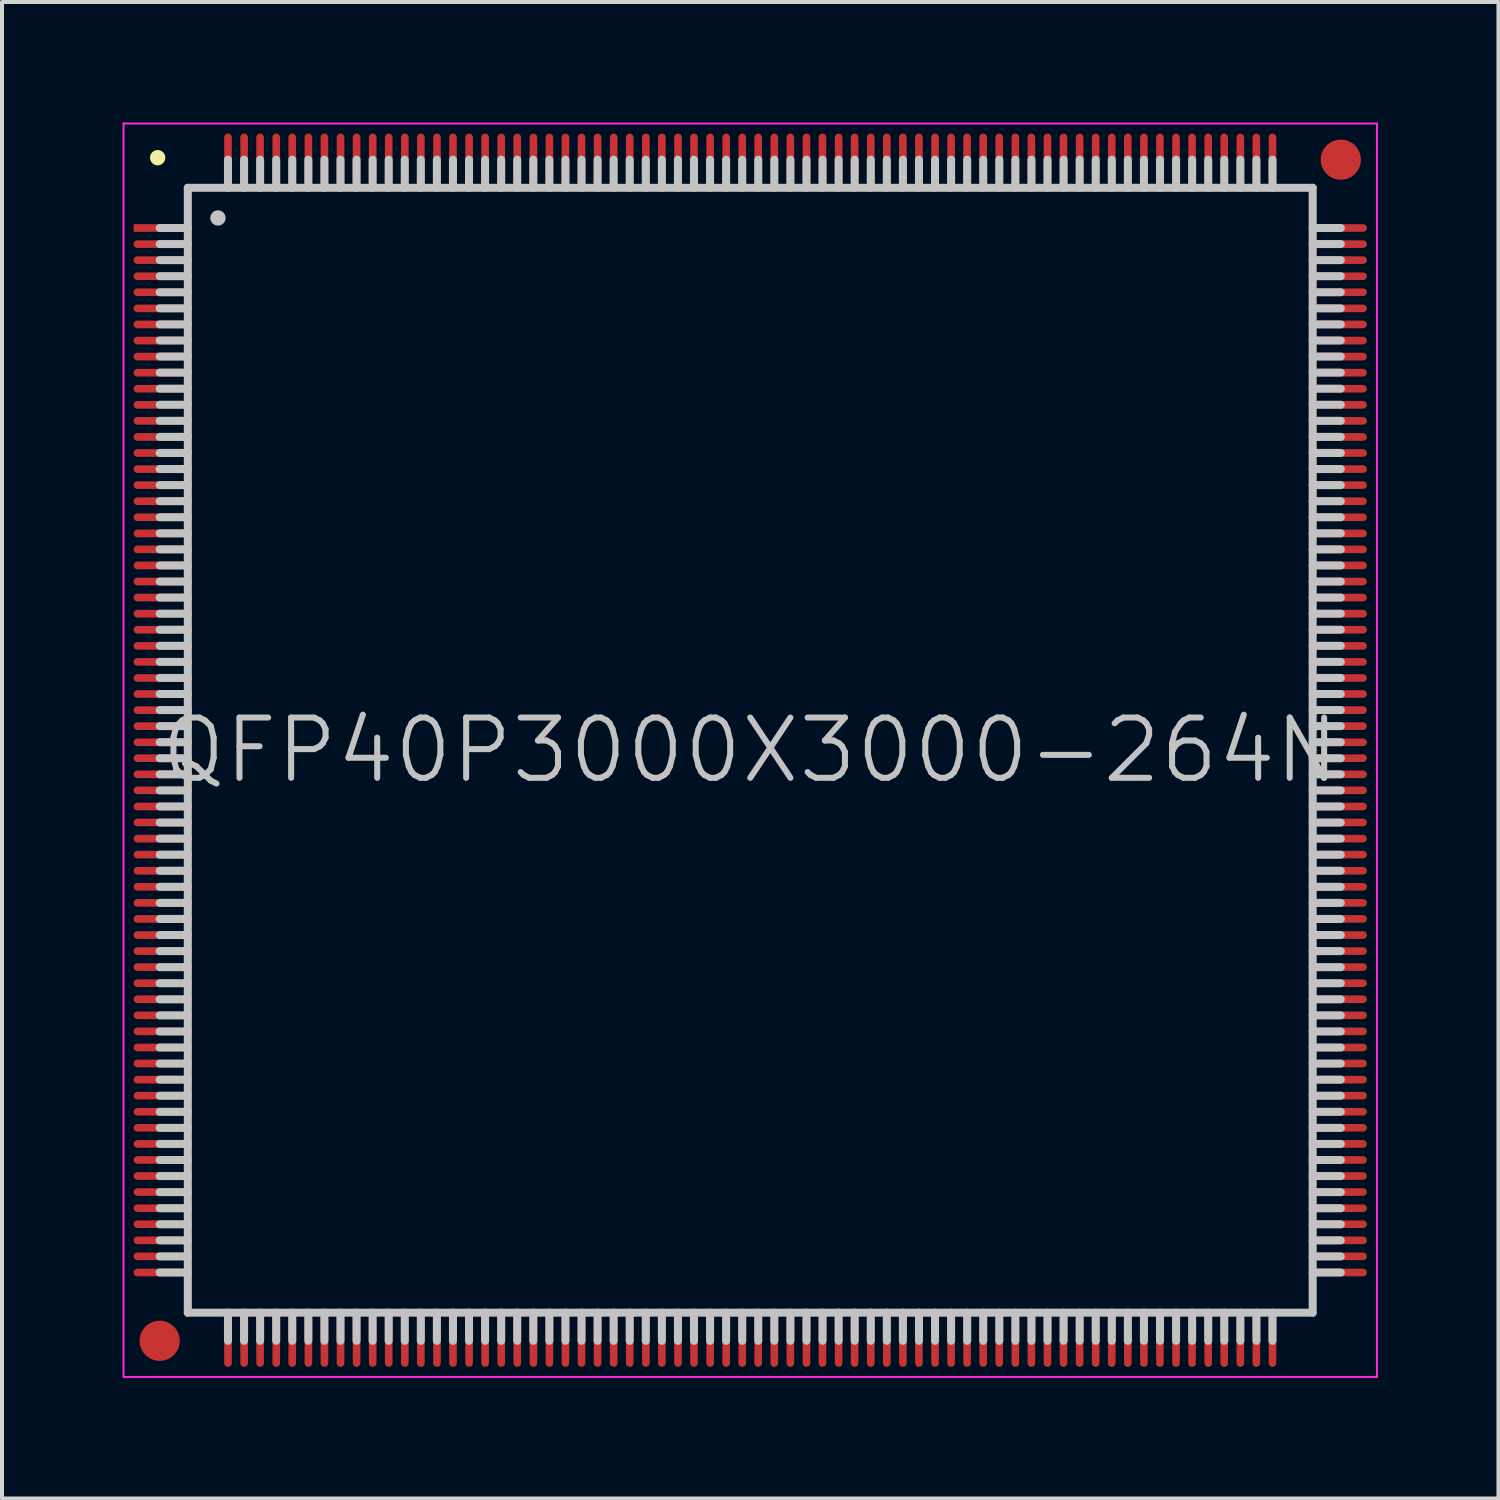
<source format=kicad_pcb>
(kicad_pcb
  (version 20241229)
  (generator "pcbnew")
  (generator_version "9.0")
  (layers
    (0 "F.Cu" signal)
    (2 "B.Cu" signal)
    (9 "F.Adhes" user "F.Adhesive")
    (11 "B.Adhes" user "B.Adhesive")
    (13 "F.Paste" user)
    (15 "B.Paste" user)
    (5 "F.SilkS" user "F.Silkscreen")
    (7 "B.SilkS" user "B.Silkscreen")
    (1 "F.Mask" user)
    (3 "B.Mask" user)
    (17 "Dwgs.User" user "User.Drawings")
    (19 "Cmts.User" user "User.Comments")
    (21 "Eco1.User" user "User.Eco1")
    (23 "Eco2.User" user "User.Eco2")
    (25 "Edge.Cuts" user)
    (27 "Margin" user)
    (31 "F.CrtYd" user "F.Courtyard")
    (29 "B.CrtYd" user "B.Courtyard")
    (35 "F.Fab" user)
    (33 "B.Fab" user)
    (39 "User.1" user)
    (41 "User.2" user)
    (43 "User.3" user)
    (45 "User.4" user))
  (footprint "QFP40P3000X3000-264N"
    (layer "F.Cu")
    (at 15.625 15.625)
    (property "Reference" "QFP40P3000X3000-264N" (at 0 0 0) (layer "Dwgs.User") (effects (font (size 1.5 1.5) (thickness 0.15))))
    (attr smd)
    (fp_line (start -14.75 -14.75) (end -14.75 -14.75) (stroke (width 0.381) (type solid)) (layer "F.SilkS"))
    (fp_line (start -14 -14) (end -14 14) (stroke (width 0.2) (type solid)) (layer "Dwgs.User"))
    (fp_line (start -14 -14) (end 14 -14) (stroke (width 0.2) (type solid)) (layer "Dwgs.User"))
    (fp_line (start -14 -13) (end -14.7 -13) (stroke (width 0.2) (type solid)) (layer "Dwgs.User"))
    (fp_line (start -14 -12.6) (end -14.7 -12.6) (stroke (width 0.2) (type solid)) (layer "Dwgs.User"))
    (fp_line (start -14 -12.2) (end -14.7 -12.2) (stroke (width 0.2) (type solid)) (layer "Dwgs.User"))
    (fp_line (start -14 -11.8) (end -14.7 -11.8) (stroke (width 0.2) (type solid)) (layer "Dwgs.User"))
    (fp_line (start -14 -11.4) (end -14.7 -11.4) (stroke (width 0.2) (type solid)) (layer "Dwgs.User"))
    (fp_line (start -14 -11) (end -14.7 -11) (stroke (width 0.2) (type solid)) (layer "Dwgs.User"))
    (fp_line (start -14 -10.6) (end -14.7 -10.6) (stroke (width 0.2) (type solid)) (layer "Dwgs.User"))
    (fp_line (start -14 -10.2) (end -14.7 -10.2) (stroke (width 0.2) (type solid)) (layer "Dwgs.User"))
    (fp_line (start -14 -9.8) (end -14.7 -9.8) (stroke (width 0.2) (type solid)) (layer "Dwgs.User"))
    (fp_line (start -14 -9.4) (end -14.7 -9.4) (stroke (width 0.2) (type solid)) (layer "Dwgs.User"))
    (fp_line (start -14 -9) (end -14.7 -9) (stroke (width 0.2) (type solid)) (layer "Dwgs.User"))
    (fp_line (start -14 -8.6) (end -14.7 -8.6) (stroke (width 0.2) (type solid)) (layer "Dwgs.User"))
    (fp_line (start -14 -8.2) (end -14.7 -8.2) (stroke (width 0.2) (type solid)) (layer "Dwgs.User"))
    (fp_line (start -14 -7.8) (end -14.7 -7.8) (stroke (width 0.2) (type solid)) (layer "Dwgs.User"))
    (fp_line (start -14 -7.4) (end -14.7 -7.4) (stroke (width 0.2) (type solid)) (layer "Dwgs.User"))
    (fp_line (start -14 -7) (end -14.7 -7) (stroke (width 0.2) (type solid)) (layer "Dwgs.User"))
    (fp_line (start -14 -6.6) (end -14.7 -6.6) (stroke (width 0.2) (type solid)) (layer "Dwgs.User"))
    (fp_line (start -14 -6.2) (end -14.7 -6.2) (stroke (width 0.2) (type solid)) (layer "Dwgs.User"))
    (fp_line (start -14 -5.8) (end -14.7 -5.8) (stroke (width 0.2) (type solid)) (layer "Dwgs.User"))
    (fp_line (start -14 -5.4) (end -14.7 -5.4) (stroke (width 0.2) (type solid)) (layer "Dwgs.User"))
    (fp_line (start -14 -5) (end -14.7 -5) (stroke (width 0.2) (type solid)) (layer "Dwgs.User"))
    (fp_line (start -14 -4.6) (end -14.7 -4.6) (stroke (width 0.2) (type solid)) (layer "Dwgs.User"))
    (fp_line (start -14 -4.2) (end -14.7 -4.2) (stroke (width 0.2) (type solid)) (layer "Dwgs.User"))
    (fp_line (start -14 -3.8) (end -14.7 -3.8) (stroke (width 0.2) (type solid)) (layer "Dwgs.User"))
    (fp_line (start -14 -3.4) (end -14.7 -3.4) (stroke (width 0.2) (type solid)) (layer "Dwgs.User"))
    (fp_line (start -14 -3) (end -14.7 -3) (stroke (width 0.2) (type solid)) (layer "Dwgs.User"))
    (fp_line (start -14 -2.6) (end -14.7 -2.6) (stroke (width 0.2) (type solid)) (layer "Dwgs.User"))
    (fp_line (start -14 -2.2) (end -14.7 -2.2) (stroke (width 0.2) (type solid)) (layer "Dwgs.User"))
    (fp_line (start -14 -1.8) (end -14.7 -1.8) (stroke (width 0.2) (type solid)) (layer "Dwgs.User"))
    (fp_line (start -14 -1.4) (end -14.7 -1.4) (stroke (width 0.2) (type solid)) (layer "Dwgs.User"))
    (fp_line (start -14 -1) (end -14.7 -1) (stroke (width 0.2) (type solid)) (layer "Dwgs.User"))
    (fp_line (start -14 -0.6) (end -14.7 -0.6) (stroke (width 0.2) (type solid)) (layer "Dwgs.User"))
    (fp_line (start -14 -0.2) (end -14.7 -0.2) (stroke (width 0.2) (type solid)) (layer "Dwgs.User"))
    (fp_line (start -14 0.2) (end -14.7 0.2) (stroke (width 0.2) (type solid)) (layer "Dwgs.User"))
    (fp_line (start -14 0.6) (end -14.7 0.6) (stroke (width 0.2) (type solid)) (layer "Dwgs.User"))
    (fp_line (start -14 1) (end -14.7 1) (stroke (width 0.2) (type solid)) (layer "Dwgs.User"))
    (fp_line (start -14 1.4) (end -14.7 1.4) (stroke (width 0.2) (type solid)) (layer "Dwgs.User"))
    (fp_line (start -14 1.8) (end -14.7 1.8) (stroke (width 0.2) (type solid)) (layer "Dwgs.User"))
    (fp_line (start -14 2.2) (end -14.7 2.2) (stroke (width 0.2) (type solid)) (layer "Dwgs.User"))
    (fp_line (start -14 2.6) (end -14.7 2.6) (stroke (width 0.2) (type solid)) (layer "Dwgs.User"))
    (fp_line (start -14 3) (end -14.7 3) (stroke (width 0.2) (type solid)) (layer "Dwgs.User"))
    (fp_line (start -14 3.4) (end -14.7 3.4) (stroke (width 0.2) (type solid)) (layer "Dwgs.User"))
    (fp_line (start -14 3.8) (end -14.7 3.8) (stroke (width 0.2) (type solid)) (layer "Dwgs.User"))
    (fp_line (start -14 4.2) (end -14.7 4.2) (stroke (width 0.2) (type solid)) (layer "Dwgs.User"))
    (fp_line (start -14 4.6) (end -14.7 4.6) (stroke (width 0.2) (type solid)) (layer "Dwgs.User"))
    (fp_line (start -14 5) (end -14.7 5) (stroke (width 0.2) (type solid)) (layer "Dwgs.User"))
    (fp_line (start -14 5.4) (end -14.7 5.4) (stroke (width 0.2) (type solid)) (layer "Dwgs.User"))
    (fp_line (start -14 5.8) (end -14.7 5.8) (stroke (width 0.2) (type solid)) (layer "Dwgs.User"))
    (fp_line (start -14 6.2) (end -14.7 6.2) (stroke (width 0.2) (type solid)) (layer "Dwgs.User"))
    (fp_line (start -14 6.6) (end -14.7 6.6) (stroke (width 0.2) (type solid)) (layer "Dwgs.User"))
    (fp_line (start -14 7) (end -14.7 7) (stroke (width 0.2) (type solid)) (layer "Dwgs.User"))
    (fp_line (start -14 7.4) (end -14.7 7.4) (stroke (width 0.2) (type solid)) (layer "Dwgs.User"))
    (fp_line (start -14 7.8) (end -14.7 7.8) (stroke (width 0.2) (type solid)) (layer "Dwgs.User"))
    (fp_line (start -14 8.2) (end -14.7 8.2) (stroke (width 0.2) (type solid)) (layer "Dwgs.User"))
    (fp_line (start -14 8.6) (end -14.7 8.6) (stroke (width 0.2) (type solid)) (layer "Dwgs.User"))
    (fp_line (start -14 9) (end -14.7 9) (stroke (width 0.2) (type solid)) (layer "Dwgs.User"))
    (fp_line (start -14 9.4) (end -14.7 9.4) (stroke (width 0.2) (type solid)) (layer "Dwgs.User"))
    (fp_line (start -14 9.8) (end -14.7 9.8) (stroke (width 0.2) (type solid)) (layer "Dwgs.User"))
    (fp_line (start -14 10.2) (end -14.7 10.2) (stroke (width 0.2) (type solid)) (layer "Dwgs.User"))
    (fp_line (start -14 10.6) (end -14.7 10.6) (stroke (width 0.2) (type solid)) (layer "Dwgs.User"))
    (fp_line (start -14 11) (end -14.7 11) (stroke (width 0.2) (type solid)) (layer "Dwgs.User"))
    (fp_line (start -14 11.4) (end -14.7 11.4) (stroke (width 0.2) (type solid)) (layer "Dwgs.User"))
    (fp_line (start -14 11.8) (end -14.7 11.8) (stroke (width 0.2) (type solid)) (layer "Dwgs.User"))
    (fp_line (start -14 12.2) (end -14.7 12.2) (stroke (width 0.2) (type solid)) (layer "Dwgs.User"))
    (fp_line (start -14 12.6) (end -14.7 12.6) (stroke (width 0.2) (type solid)) (layer "Dwgs.User"))
    (fp_line (start -14 13) (end -14.7 13) (stroke (width 0.2) (type solid)) (layer "Dwgs.User"))
    (fp_line (start -14 14) (end 14 14) (stroke (width 0.2) (type solid)) (layer "Dwgs.User"))
    (fp_line (start -13.25 -13.25) (end -13.25 -13.25) (stroke (width 0.381) (type solid)) (layer "Dwgs.User"))
    (fp_line (start -13 -14) (end -13 -14.7) (stroke (width 0.2) (type solid)) (layer "Dwgs.User"))
    (fp_line (start -13 14.7) (end -13 14) (stroke (width 0.2) (type solid)) (layer "Dwgs.User"))
    (fp_line (start -12.6 -14) (end -12.6 -14.7) (stroke (width 0.2) (type solid)) (layer "Dwgs.User"))
    (fp_line (start -12.6 14.7) (end -12.6 14) (stroke (width 0.2) (type solid)) (layer "Dwgs.User"))
    (fp_line (start -12.2 -14) (end -12.2 -14.7) (stroke (width 0.2) (type solid)) (layer "Dwgs.User"))
    (fp_line (start -12.2 14.7) (end -12.2 14) (stroke (width 0.2) (type solid)) (layer "Dwgs.User"))
    (fp_line (start -11.8 -14) (end -11.8 -14.7) (stroke (width 0.2) (type solid)) (layer "Dwgs.User"))
    (fp_line (start -11.8 14.7) (end -11.8 14) (stroke (width 0.2) (type solid)) (layer "Dwgs.User"))
    (fp_line (start -11.4 -14) (end -11.4 -14.7) (stroke (width 0.2) (type solid)) (layer "Dwgs.User"))
    (fp_line (start -11.4 14.7) (end -11.4 14) (stroke (width 0.2) (type solid)) (layer "Dwgs.User"))
    (fp_line (start -11 -14) (end -11 -14.7) (stroke (width 0.2) (type solid)) (layer "Dwgs.User"))
    (fp_line (start -11 14.7) (end -11 14) (stroke (width 0.2) (type solid)) (layer "Dwgs.User"))
    (fp_line (start -10.6 -14) (end -10.6 -14.7) (stroke (width 0.2) (type solid)) (layer "Dwgs.User"))
    (fp_line (start -10.6 14.7) (end -10.6 14) (stroke (width 0.2) (type solid)) (layer "Dwgs.User"))
    (fp_line (start -10.2 -14) (end -10.2 -14.7) (stroke (width 0.2) (type solid)) (layer "Dwgs.User"))
    (fp_line (start -10.2 14.7) (end -10.2 14) (stroke (width 0.2) (type solid)) (layer "Dwgs.User"))
    (fp_line (start -9.8 -14) (end -9.8 -14.7) (stroke (width 0.2) (type solid)) (layer "Dwgs.User"))
    (fp_line (start -9.8 14.7) (end -9.8 14) (stroke (width 0.2) (type solid)) (layer "Dwgs.User"))
    (fp_line (start -9.4 -14) (end -9.4 -14.7) (stroke (width 0.2) (type solid)) (layer "Dwgs.User"))
    (fp_line (start -9.4 14.7) (end -9.4 14) (stroke (width 0.2) (type solid)) (layer "Dwgs.User"))
    (fp_line (start -9 -14) (end -9 -14.7) (stroke (width 0.2) (type solid)) (layer "Dwgs.User"))
    (fp_line (start -9 14.7) (end -9 14) (stroke (width 0.2) (type solid)) (layer "Dwgs.User"))
    (fp_line (start -8.6 -14) (end -8.6 -14.7) (stroke (width 0.2) (type solid)) (layer "Dwgs.User"))
    (fp_line (start -8.6 14.7) (end -8.6 14) (stroke (width 0.2) (type solid)) (layer "Dwgs.User"))
    (fp_line (start -8.2 -14) (end -8.2 -14.7) (stroke (width 0.2) (type solid)) (layer "Dwgs.User"))
    (fp_line (start -8.2 14.7) (end -8.2 14) (stroke (width 0.2) (type solid)) (layer "Dwgs.User"))
    (fp_line (start -7.8 -14) (end -7.8 -14.7) (stroke (width 0.2) (type solid)) (layer "Dwgs.User"))
    (fp_line (start -7.8 14.7) (end -7.8 14) (stroke (width 0.2) (type solid)) (layer "Dwgs.User"))
    (fp_line (start -7.4 -14) (end -7.4 -14.7) (stroke (width 0.2) (type solid)) (layer "Dwgs.User"))
    (fp_line (start -7.4 14.7) (end -7.4 14) (stroke (width 0.2) (type solid)) (layer "Dwgs.User"))
    (fp_line (start -7 -14) (end -7 -14.7) (stroke (width 0.2) (type solid)) (layer "Dwgs.User"))
    (fp_line (start -7 14.7) (end -7 14) (stroke (width 0.2) (type solid)) (layer "Dwgs.User"))
    (fp_line (start -6.6 -14) (end -6.6 -14.7) (stroke (width 0.2) (type solid)) (layer "Dwgs.User"))
    (fp_line (start -6.6 14.7) (end -6.6 14) (stroke (width 0.2) (type solid)) (layer "Dwgs.User"))
    (fp_line (start -6.2 -14) (end -6.2 -14.7) (stroke (width 0.2) (type solid)) (layer "Dwgs.User"))
    (fp_line (start -6.2 14.7) (end -6.2 14) (stroke (width 0.2) (type solid)) (layer "Dwgs.User"))
    (fp_line (start -5.8 -14) (end -5.8 -14.7) (stroke (width 0.2) (type solid)) (layer "Dwgs.User"))
    (fp_line (start -5.8 14.7) (end -5.8 14) (stroke (width 0.2) (type solid)) (layer "Dwgs.User"))
    (fp_line (start -5.4 -14) (end -5.4 -14.7) (stroke (width 0.2) (type solid)) (layer "Dwgs.User"))
    (fp_line (start -5.4 14.7) (end -5.4 14) (stroke (width 0.2) (type solid)) (layer "Dwgs.User"))
    (fp_line (start -5 -14) (end -5 -14.7) (stroke (width 0.2) (type solid)) (layer "Dwgs.User"))
    (fp_line (start -5 14.7) (end -5 14) (stroke (width 0.2) (type solid)) (layer "Dwgs.User"))
    (fp_line (start -4.6 -14) (end -4.6 -14.7) (stroke (width 0.2) (type solid)) (layer "Dwgs.User"))
    (fp_line (start -4.6 14.7) (end -4.6 14) (stroke (width 0.2) (type solid)) (layer "Dwgs.User"))
    (fp_line (start -4.2 -14) (end -4.2 -14.7) (stroke (width 0.2) (type solid)) (layer "Dwgs.User"))
    (fp_line (start -4.2 14.7) (end -4.2 14) (stroke (width 0.2) (type solid)) (layer "Dwgs.User"))
    (fp_line (start -3.8 -14) (end -3.8 -14.7) (stroke (width 0.2) (type solid)) (layer "Dwgs.User"))
    (fp_line (start -3.8 14.7) (end -3.8 14) (stroke (width 0.2) (type solid)) (layer "Dwgs.User"))
    (fp_line (start -3.4 -14) (end -3.4 -14.7) (stroke (width 0.2) (type solid)) (layer "Dwgs.User"))
    (fp_line (start -3.4 14.7) (end -3.4 14) (stroke (width 0.2) (type solid)) (layer "Dwgs.User"))
    (fp_line (start -3 -14) (end -3 -14.7) (stroke (width 0.2) (type solid)) (layer "Dwgs.User"))
    (fp_line (start -3 14.7) (end -3 14) (stroke (width 0.2) (type solid)) (layer "Dwgs.User"))
    (fp_line (start -2.6 -14) (end -2.6 -14.7) (stroke (width 0.2) (type solid)) (layer "Dwgs.User"))
    (fp_line (start -2.6 14.7) (end -2.6 14) (stroke (width 0.2) (type solid)) (layer "Dwgs.User"))
    (fp_line (start -2.2 -14) (end -2.2 -14.7) (stroke (width 0.2) (type solid)) (layer "Dwgs.User"))
    (fp_line (start -2.2 14.7) (end -2.2 14) (stroke (width 0.2) (type solid)) (layer "Dwgs.User"))
    (fp_line (start -1.8 -14) (end -1.8 -14.7) (stroke (width 0.2) (type solid)) (layer "Dwgs.User"))
    (fp_line (start -1.8 14.7) (end -1.8 14) (stroke (width 0.2) (type solid)) (layer "Dwgs.User"))
    (fp_line (start -1.4 -14) (end -1.4 -14.7) (stroke (width 0.2) (type solid)) (layer "Dwgs.User"))
    (fp_line (start -1.4 14.7) (end -1.4 14) (stroke (width 0.2) (type solid)) (layer "Dwgs.User"))
    (fp_line (start -1 -14) (end -1 -14.7) (stroke (width 0.2) (type solid)) (layer "Dwgs.User"))
    (fp_line (start -1 14.7) (end -1 14) (stroke (width 0.2) (type solid)) (layer "Dwgs.User"))
    (fp_line (start -0.6 -14) (end -0.6 -14.7) (stroke (width 0.2) (type solid)) (layer "Dwgs.User"))
    (fp_line (start -0.6 14.7) (end -0.6 14) (stroke (width 0.2) (type solid)) (layer "Dwgs.User"))
    (fp_line (start -0.2 -14) (end -0.2 -14.7) (stroke (width 0.2) (type solid)) (layer "Dwgs.User"))
    (fp_line (start -0.2 14.7) (end -0.2 14) (stroke (width 0.2) (type solid)) (layer "Dwgs.User"))
    (fp_line (start 0.2 -14) (end 0.2 -14.7) (stroke (width 0.2) (type solid)) (layer "Dwgs.User"))
    (fp_line (start 0.2 14.7) (end 0.2 14) (stroke (width 0.2) (type solid)) (layer "Dwgs.User"))
    (fp_line (start 0.6 -14) (end 0.6 -14.7) (stroke (width 0.2) (type solid)) (layer "Dwgs.User"))
    (fp_line (start 0.6 14.7) (end 0.6 14) (stroke (width 0.2) (type solid)) (layer "Dwgs.User"))
    (fp_line (start 1 -14) (end 1 -14.7) (stroke (width 0.2) (type solid)) (layer "Dwgs.User"))
    (fp_line (start 1 14.7) (end 1 14) (stroke (width 0.2) (type solid)) (layer "Dwgs.User"))
    (fp_line (start 1.4 -14) (end 1.4 -14.7) (stroke (width 0.2) (type solid)) (layer "Dwgs.User"))
    (fp_line (start 1.4 14.7) (end 1.4 14) (stroke (width 0.2) (type solid)) (layer "Dwgs.User"))
    (fp_line (start 1.8 -14) (end 1.8 -14.7) (stroke (width 0.2) (type solid)) (layer "Dwgs.User"))
    (fp_line (start 1.8 14.7) (end 1.8 14) (stroke (width 0.2) (type solid)) (layer "Dwgs.User"))
    (fp_line (start 2.2 -14) (end 2.2 -14.7) (stroke (width 0.2) (type solid)) (layer "Dwgs.User"))
    (fp_line (start 2.2 14.7) (end 2.2 14) (stroke (width 0.2) (type solid)) (layer "Dwgs.User"))
    (fp_line (start 2.6 -14) (end 2.6 -14.7) (stroke (width 0.2) (type solid)) (layer "Dwgs.User"))
    (fp_line (start 2.6 14.7) (end 2.6 14) (stroke (width 0.2) (type solid)) (layer "Dwgs.User"))
    (fp_line (start 3 -14) (end 3 -14.7) (stroke (width 0.2) (type solid)) (layer "Dwgs.User"))
    (fp_line (start 3 14.7) (end 3 14) (stroke (width 0.2) (type solid)) (layer "Dwgs.User"))
    (fp_line (start 3.4 -14) (end 3.4 -14.7) (stroke (width 0.2) (type solid)) (layer "Dwgs.User"))
    (fp_line (start 3.4 14.7) (end 3.4 14) (stroke (width 0.2) (type solid)) (layer "Dwgs.User"))
    (fp_line (start 3.8 -14) (end 3.8 -14.7) (stroke (width 0.2) (type solid)) (layer "Dwgs.User"))
    (fp_line (start 3.8 14.7) (end 3.8 14) (stroke (width 0.2) (type solid)) (layer "Dwgs.User"))
    (fp_line (start 4.2 -14) (end 4.2 -14.7) (stroke (width 0.2) (type solid)) (layer "Dwgs.User"))
    (fp_line (start 4.2 14.7) (end 4.2 14) (stroke (width 0.2) (type solid)) (layer "Dwgs.User"))
    (fp_line (start 4.6 -14) (end 4.6 -14.7) (stroke (width 0.2) (type solid)) (layer "Dwgs.User"))
    (fp_line (start 4.6 14.7) (end 4.6 14) (stroke (width 0.2) (type solid)) (layer "Dwgs.User"))
    (fp_line (start 5 -14) (end 5 -14.7) (stroke (width 0.2) (type solid)) (layer "Dwgs.User"))
    (fp_line (start 5 14.7) (end 5 14) (stroke (width 0.2) (type solid)) (layer "Dwgs.User"))
    (fp_line (start 5.4 -14) (end 5.4 -14.7) (stroke (width 0.2) (type solid)) (layer "Dwgs.User"))
    (fp_line (start 5.4 14.7) (end 5.4 14) (stroke (width 0.2) (type solid)) (layer "Dwgs.User"))
    (fp_line (start 5.8 -14) (end 5.8 -14.7) (stroke (width 0.2) (type solid)) (layer "Dwgs.User"))
    (fp_line (start 5.8 14.7) (end 5.8 14) (stroke (width 0.2) (type solid)) (layer "Dwgs.User"))
    (fp_line (start 6.2 -14) (end 6.2 -14.7) (stroke (width 0.2) (type solid)) (layer "Dwgs.User"))
    (fp_line (start 6.2 14.7) (end 6.2 14) (stroke (width 0.2) (type solid)) (layer "Dwgs.User"))
    (fp_line (start 6.6 -14) (end 6.6 -14.7) (stroke (width 0.2) (type solid)) (layer "Dwgs.User"))
    (fp_line (start 6.6 14.7) (end 6.6 14) (stroke (width 0.2) (type solid)) (layer "Dwgs.User"))
    (fp_line (start 7 -14) (end 7 -14.7) (stroke (width 0.2) (type solid)) (layer "Dwgs.User"))
    (fp_line (start 7 14.7) (end 7 14) (stroke (width 0.2) (type solid)) (layer "Dwgs.User"))
    (fp_line (start 7.4 -14) (end 7.4 -14.7) (stroke (width 0.2) (type solid)) (layer "Dwgs.User"))
    (fp_line (start 7.4 14.7) (end 7.4 14) (stroke (width 0.2) (type solid)) (layer "Dwgs.User"))
    (fp_line (start 7.8 -14) (end 7.8 -14.7) (stroke (width 0.2) (type solid)) (layer "Dwgs.User"))
    (fp_line (start 7.8 14.7) (end 7.8 14) (stroke (width 0.2) (type solid)) (layer "Dwgs.User"))
    (fp_line (start 8.2 -14) (end 8.2 -14.7) (stroke (width 0.2) (type solid)) (layer "Dwgs.User"))
    (fp_line (start 8.2 14.7) (end 8.2 14) (stroke (width 0.2) (type solid)) (layer "Dwgs.User"))
    (fp_line (start 8.6 -14) (end 8.6 -14.7) (stroke (width 0.2) (type solid)) (layer "Dwgs.User"))
    (fp_line (start 8.6 14.7) (end 8.6 14) (stroke (width 0.2) (type solid)) (layer "Dwgs.User"))
    (fp_line (start 9 -14) (end 9 -14.7) (stroke (width 0.2) (type solid)) (layer "Dwgs.User"))
    (fp_line (start 9 14.7) (end 9 14) (stroke (width 0.2) (type solid)) (layer "Dwgs.User"))
    (fp_line (start 9.4 -14) (end 9.4 -14.7) (stroke (width 0.2) (type solid)) (layer "Dwgs.User"))
    (fp_line (start 9.4 14.7) (end 9.4 14) (stroke (width 0.2) (type solid)) (layer "Dwgs.User"))
    (fp_line (start 9.8 -14) (end 9.8 -14.7) (stroke (width 0.2) (type solid)) (layer "Dwgs.User"))
    (fp_line (start 9.8 14.7) (end 9.8 14) (stroke (width 0.2) (type solid)) (layer "Dwgs.User"))
    (fp_line (start 10.2 -14) (end 10.2 -14.7) (stroke (width 0.2) (type solid)) (layer "Dwgs.User"))
    (fp_line (start 10.2 14.7) (end 10.2 14) (stroke (width 0.2) (type solid)) (layer "Dwgs.User"))
    (fp_line (start 10.6 -14) (end 10.6 -14.7) (stroke (width 0.2) (type solid)) (layer "Dwgs.User"))
    (fp_line (start 10.6 14.7) (end 10.6 14) (stroke (width 0.2) (type solid)) (layer "Dwgs.User"))
    (fp_line (start 11 -14) (end 11 -14.7) (stroke (width 0.2) (type solid)) (layer "Dwgs.User"))
    (fp_line (start 11 14.7) (end 11 14) (stroke (width 0.2) (type solid)) (layer "Dwgs.User"))
    (fp_line (start 11.4 -14) (end 11.4 -14.7) (stroke (width 0.2) (type solid)) (layer "Dwgs.User"))
    (fp_line (start 11.4 14.7) (end 11.4 14) (stroke (width 0.2) (type solid)) (layer "Dwgs.User"))
    (fp_line (start 11.8 -14) (end 11.8 -14.7) (stroke (width 0.2) (type solid)) (layer "Dwgs.User"))
    (fp_line (start 11.8 14.7) (end 11.8 14) (stroke (width 0.2) (type solid)) (layer "Dwgs.User"))
    (fp_line (start 12.2 -14) (end 12.2 -14.7) (stroke (width 0.2) (type solid)) (layer "Dwgs.User"))
    (fp_line (start 12.2 14.7) (end 12.2 14) (stroke (width 0.2) (type solid)) (layer "Dwgs.User"))
    (fp_line (start 12.6 -14) (end 12.6 -14.7) (stroke (width 0.2) (type solid)) (layer "Dwgs.User"))
    (fp_line (start 12.6 14.7) (end 12.6 14) (stroke (width 0.2) (type solid)) (layer "Dwgs.User"))
    (fp_line (start 13 -14) (end 13 -14.7) (stroke (width 0.2) (type solid)) (layer "Dwgs.User"))
    (fp_line (start 13 14.7) (end 13 14) (stroke (width 0.2) (type solid)) (layer "Dwgs.User"))
    (fp_line (start 14 -14) (end 14 14) (stroke (width 0.2) (type solid)) (layer "Dwgs.User"))
    (fp_line (start 14.7 -13) (end 14 -13) (stroke (width 0.2) (type solid)) (layer "Dwgs.User"))
    (fp_line (start 14.7 -12.6) (end 14 -12.6) (stroke (width 0.2) (type solid)) (layer "Dwgs.User"))
    (fp_line (start 14.7 -12.2) (end 14 -12.2) (stroke (width 0.2) (type solid)) (layer "Dwgs.User"))
    (fp_line (start 14.7 -11.8) (end 14 -11.8) (stroke (width 0.2) (type solid)) (layer "Dwgs.User"))
    (fp_line (start 14.7 -11.4) (end 14 -11.4) (stroke (width 0.2) (type solid)) (layer "Dwgs.User"))
    (fp_line (start 14.7 -11) (end 14 -11) (stroke (width 0.2) (type solid)) (layer "Dwgs.User"))
    (fp_line (start 14.7 -10.6) (end 14 -10.6) (stroke (width 0.2) (type solid)) (layer "Dwgs.User"))
    (fp_line (start 14.7 -10.2) (end 14 -10.2) (stroke (width 0.2) (type solid)) (layer "Dwgs.User"))
    (fp_line (start 14.7 -9.8) (end 14 -9.8) (stroke (width 0.2) (type solid)) (layer "Dwgs.User"))
    (fp_line (start 14.7 -9.4) (end 14 -9.4) (stroke (width 0.2) (type solid)) (layer "Dwgs.User"))
    (fp_line (start 14.7 -9) (end 14 -9) (stroke (width 0.2) (type solid)) (layer "Dwgs.User"))
    (fp_line (start 14.7 -8.6) (end 14 -8.6) (stroke (width 0.2) (type solid)) (layer "Dwgs.User"))
    (fp_line (start 14.7 -8.2) (end 14 -8.2) (stroke (width 0.2) (type solid)) (layer "Dwgs.User"))
    (fp_line (start 14.7 -7.8) (end 14 -7.8) (stroke (width 0.2) (type solid)) (layer "Dwgs.User"))
    (fp_line (start 14.7 -7.4) (end 14 -7.4) (stroke (width 0.2) (type solid)) (layer "Dwgs.User"))
    (fp_line (start 14.7 -7) (end 14 -7) (stroke (width 0.2) (type solid)) (layer "Dwgs.User"))
    (fp_line (start 14.7 -6.6) (end 14 -6.6) (stroke (width 0.2) (type solid)) (layer "Dwgs.User"))
    (fp_line (start 14.7 -6.2) (end 14 -6.2) (stroke (width 0.2) (type solid)) (layer "Dwgs.User"))
    (fp_line (start 14.7 -5.8) (end 14 -5.8) (stroke (width 0.2) (type solid)) (layer "Dwgs.User"))
    (fp_line (start 14.7 -5.4) (end 14 -5.4) (stroke (width 0.2) (type solid)) (layer "Dwgs.User"))
    (fp_line (start 14.7 -5) (end 14 -5) (stroke (width 0.2) (type solid)) (layer "Dwgs.User"))
    (fp_line (start 14.7 -4.6) (end 14 -4.6) (stroke (width 0.2) (type solid)) (layer "Dwgs.User"))
    (fp_line (start 14.7 -4.2) (end 14 -4.2) (stroke (width 0.2) (type solid)) (layer "Dwgs.User"))
    (fp_line (start 14.7 -3.8) (end 14 -3.8) (stroke (width 0.2) (type solid)) (layer "Dwgs.User"))
    (fp_line (start 14.7 -3.4) (end 14 -3.4) (stroke (width 0.2) (type solid)) (layer "Dwgs.User"))
    (fp_line (start 14.7 -3) (end 14 -3) (stroke (width 0.2) (type solid)) (layer "Dwgs.User"))
    (fp_line (start 14.7 -2.6) (end 14 -2.6) (stroke (width 0.2) (type solid)) (layer "Dwgs.User"))
    (fp_line (start 14.7 -2.2) (end 14 -2.2) (stroke (width 0.2) (type solid)) (layer "Dwgs.User"))
    (fp_line (start 14.7 -1.8) (end 14 -1.8) (stroke (width 0.2) (type solid)) (layer "Dwgs.User"))
    (fp_line (start 14.7 -1.4) (end 14 -1.4) (stroke (width 0.2) (type solid)) (layer "Dwgs.User"))
    (fp_line (start 14.7 -1) (end 14 -1) (stroke (width 0.2) (type solid)) (layer "Dwgs.User"))
    (fp_line (start 14.7 -0.6) (end 14 -0.6) (stroke (width 0.2) (type solid)) (layer "Dwgs.User"))
    (fp_line (start 14.7 -0.2) (end 14 -0.2) (stroke (width 0.2) (type solid)) (layer "Dwgs.User"))
    (fp_line (start 14.7 0.2) (end 14 0.2) (stroke (width 0.2) (type solid)) (layer "Dwgs.User"))
    (fp_line (start 14.7 0.6) (end 14 0.6) (stroke (width 0.2) (type solid)) (layer "Dwgs.User"))
    (fp_line (start 14.7 1) (end 14 1) (stroke (width 0.2) (type solid)) (layer "Dwgs.User"))
    (fp_line (start 14.7 1.4) (end 14 1.4) (stroke (width 0.2) (type solid)) (layer "Dwgs.User"))
    (fp_line (start 14.7 1.8) (end 14 1.8) (stroke (width 0.2) (type solid)) (layer "Dwgs.User"))
    (fp_line (start 14.7 2.2) (end 14 2.2) (stroke (width 0.2) (type solid)) (layer "Dwgs.User"))
    (fp_line (start 14.7 2.6) (end 14 2.6) (stroke (width 0.2) (type solid)) (layer "Dwgs.User"))
    (fp_line (start 14.7 3) (end 14 3) (stroke (width 0.2) (type solid)) (layer "Dwgs.User"))
    (fp_line (start 14.7 3.4) (end 14 3.4) (stroke (width 0.2) (type solid)) (layer "Dwgs.User"))
    (fp_line (start 14.7 3.8) (end 14 3.8) (stroke (width 0.2) (type solid)) (layer "Dwgs.User"))
    (fp_line (start 14.7 4.2) (end 14 4.2) (stroke (width 0.2) (type solid)) (layer "Dwgs.User"))
    (fp_line (start 14.7 4.6) (end 14 4.6) (stroke (width 0.2) (type solid)) (layer "Dwgs.User"))
    (fp_line (start 14.7 5) (end 14 5) (stroke (width 0.2) (type solid)) (layer "Dwgs.User"))
    (fp_line (start 14.7 5.4) (end 14 5.4) (stroke (width 0.2) (type solid)) (layer "Dwgs.User"))
    (fp_line (start 14.7 5.8) (end 14 5.8) (stroke (width 0.2) (type solid)) (layer "Dwgs.User"))
    (fp_line (start 14.7 6.2) (end 14 6.2) (stroke (width 0.2) (type solid)) (layer "Dwgs.User"))
    (fp_line (start 14.7 6.6) (end 14 6.6) (stroke (width 0.2) (type solid)) (layer "Dwgs.User"))
    (fp_line (start 14.7 7) (end 14 7) (stroke (width 0.2) (type solid)) (layer "Dwgs.User"))
    (fp_line (start 14.7 7.4) (end 14 7.4) (stroke (width 0.2) (type solid)) (layer "Dwgs.User"))
    (fp_line (start 14.7 7.8) (end 14 7.8) (stroke (width 0.2) (type solid)) (layer "Dwgs.User"))
    (fp_line (start 14.7 8.2) (end 14 8.2) (stroke (width 0.2) (type solid)) (layer "Dwgs.User"))
    (fp_line (start 14.7 8.6) (end 14 8.6) (stroke (width 0.2) (type solid)) (layer "Dwgs.User"))
    (fp_line (start 14.7 9) (end 14 9) (stroke (width 0.2) (type solid)) (layer "Dwgs.User"))
    (fp_line (start 14.7 9.4) (end 14 9.4) (stroke (width 0.2) (type solid)) (layer "Dwgs.User"))
    (fp_line (start 14.7 9.8) (end 14 9.8) (stroke (width 0.2) (type solid)) (layer "Dwgs.User"))
    (fp_line (start 14.7 10.2) (end 14 10.2) (stroke (width 0.2) (type solid)) (layer "Dwgs.User"))
    (fp_line (start 14.7 10.6) (end 14 10.6) (stroke (width 0.2) (type solid)) (layer "Dwgs.User"))
    (fp_line (start 14.7 11) (end 14 11) (stroke (width 0.2) (type solid)) (layer "Dwgs.User"))
    (fp_line (start 14.7 11.4) (end 14 11.4) (stroke (width 0.2) (type solid)) (layer "Dwgs.User"))
    (fp_line (start 14.7 11.8) (end 14 11.8) (stroke (width 0.2) (type solid)) (layer "Dwgs.User"))
    (fp_line (start 14.7 12.2) (end 14 12.2) (stroke (width 0.2) (type solid)) (layer "Dwgs.User"))
    (fp_line (start 14.7 12.6) (end 14 12.6) (stroke (width 0.2) (type solid)) (layer "Dwgs.User"))
    (fp_line (start 14.7 13) (end 14 13) (stroke (width 0.2) (type solid)) (layer "Dwgs.User"))
    (fp_line (start -15.6 -15.6) (end -15.6 15.6) (stroke (width 0.05) (type solid)) (layer "F.CrtYd"))
    (fp_line (start -15.6 -15.6) (end 15.6 -15.6) (stroke (width 0.05) (type solid)) (layer "F.CrtYd"))
    (fp_line (start -15.6 15.6) (end 15.6 15.6) (stroke (width 0.05) (type solid)) (layer "F.CrtYd"))
    (fp_line (start 15.6 -15.6) (end 15.6 15.6) (stroke (width 0.05) (type solid)) (layer "F.CrtYd"))
    (pad "" smd circle (at -14.7 14.7) (size 1 1) (layers "F.Cu" "F.Mask"))
    (pad "" smd circle (at 14.7 -14.7) (size 1 1) (layers "F.Cu" "F.Mask"))
    (pad "1" smd rect (at -14.699 -13 90) (size 0.19 1.3) (layers "F.Cu" "F.Mask" "F.Paste"))
    (pad "2" smd oval (at -14.699 -12.598 90) (size 0.19 1.3) (layers "F.Cu" "F.Mask" "F.Paste"))
    (pad "3" smd oval (at -14.699 -12.2 90) (size 0.19 1.3) (layers "F.Cu" "F.Mask" "F.Paste"))
    (pad "4" smd oval (at -14.699 -11.798 90) (size 0.19 1.3) (layers "F.Cu" "F.Mask" "F.Paste"))
    (pad "5" smd oval (at -14.699 -11.4 90) (size 0.19 1.3) (layers "F.Cu" "F.Mask" "F.Paste"))
    (pad "6" smd oval (at -14.699 -10.998 90) (size 0.19 1.3) (layers "F.Cu" "F.Mask" "F.Paste"))
    (pad "7" smd oval (at -14.699 -10.599 90) (size 0.19 1.3) (layers "F.Cu" "F.Mask" "F.Paste"))
    (pad "8" smd oval (at -14.699 -10.198 90) (size 0.19 1.3) (layers "F.Cu" "F.Mask" "F.Paste"))
    (pad "9" smd oval (at -14.699 -9.799 90) (size 0.19 1.3) (layers "F.Cu" "F.Mask" "F.Paste"))
    (pad "10" smd oval (at -14.699 -9.398 90) (size 0.19 1.3) (layers "F.Cu" "F.Mask" "F.Paste"))
    (pad "11" smd oval (at -14.699 -8.999 90) (size 0.19 1.3) (layers "F.Cu" "F.Mask" "F.Paste"))
    (pad "12" smd oval (at -14.699 -8.598 90) (size 0.19 1.3) (layers "F.Cu" "F.Mask" "F.Paste"))
    (pad "13" smd oval (at -14.699 -8.199 90) (size 0.19 1.3) (layers "F.Cu" "F.Mask" "F.Paste"))
    (pad "14" smd oval (at -14.699 -7.798 90) (size 0.19 1.3) (layers "F.Cu" "F.Mask" "F.Paste"))
    (pad "15" smd oval (at -14.699 -7.399 90) (size 0.19 1.3) (layers "F.Cu" "F.Mask" "F.Paste"))
    (pad "16" smd oval (at -14.699 -6.998 90) (size 0.19 1.3) (layers "F.Cu" "F.Mask" "F.Paste"))
    (pad "17" smd oval (at -14.699 -6.599 90) (size 0.19 1.3) (layers "F.Cu" "F.Mask" "F.Paste"))
    (pad "18" smd oval (at -14.699 -6.198 90) (size 0.19 1.3) (layers "F.Cu" "F.Mask" "F.Paste"))
    (pad "19" smd oval (at -14.699 -5.799 90) (size 0.19 1.3) (layers "F.Cu" "F.Mask" "F.Paste"))
    (pad "20" smd oval (at -14.699 -5.397 90) (size 0.19 1.3) (layers "F.Cu" "F.Mask" "F.Paste"))
    (pad "21" smd oval (at -14.699 -4.999 90) (size 0.19 1.3) (layers "F.Cu" "F.Mask" "F.Paste"))
    (pad "22" smd oval (at -14.699 -4.6 90) (size 0.19 1.3) (layers "F.Cu" "F.Mask" "F.Paste"))
    (pad "23" smd oval (at -14.699 -4.199 90) (size 0.19 1.3) (layers "F.Cu" "F.Mask" "F.Paste"))
    (pad "24" smd oval (at -14.699 -3.8 90) (size 0.19 1.3) (layers "F.Cu" "F.Mask" "F.Paste"))
    (pad "25" smd oval (at -14.699 -3.399 90) (size 0.19 1.3) (layers "F.Cu" "F.Mask" "F.Paste"))
    (pad "26" smd oval (at -14.699 -3 90) (size 0.19 1.3) (layers "F.Cu" "F.Mask" "F.Paste"))
    (pad "27" smd oval (at -14.699 -2.598 90) (size 0.19 1.3) (layers "F.Cu" "F.Mask" "F.Paste"))
    (pad "28" smd oval (at -14.699 -2.2 90) (size 0.19 1.3) (layers "F.Cu" "F.Mask" "F.Paste"))
    (pad "29" smd oval (at -14.699 -1.798 90) (size 0.19 1.3) (layers "F.Cu" "F.Mask" "F.Paste"))
    (pad "30" smd oval (at -14.699 -1.4 90) (size 0.19 1.3) (layers "F.Cu" "F.Mask" "F.Paste"))
    (pad "31" smd oval (at -14.699 -0.998 90) (size 0.19 1.3) (layers "F.Cu" "F.Mask" "F.Paste"))
    (pad "32" smd oval (at -14.699 -0.599 90) (size 0.19 1.3) (layers "F.Cu" "F.Mask" "F.Paste"))
    (pad "33" smd oval (at -14.699 -0.198 90) (size 0.19 1.3) (layers "F.Cu" "F.Mask" "F.Paste"))
    (pad "34" smd oval (at -14.699 0.198 90) (size 0.19 1.3) (layers "F.Cu" "F.Mask" "F.Paste"))
    (pad "35" smd oval (at -14.699 0.599 90) (size 0.19 1.3) (layers "F.Cu" "F.Mask" "F.Paste"))
    (pad "36" smd oval (at -14.699 0.998 90) (size 0.19 1.3) (layers "F.Cu" "F.Mask" "F.Paste"))
    (pad "37" smd oval (at -14.699 1.4 90) (size 0.19 1.3) (layers "F.Cu" "F.Mask" "F.Paste"))
    (pad "38" smd oval (at -14.699 1.798 90) (size 0.19 1.3) (layers "F.Cu" "F.Mask" "F.Paste"))
    (pad "39" smd oval (at -14.699 2.2 90) (size 0.19 1.3) (layers "F.Cu" "F.Mask" "F.Paste"))
    (pad "40" smd oval (at -14.699 2.598 90) (size 0.19 1.3) (layers "F.Cu" "F.Mask" "F.Paste"))
    (pad "41" smd oval (at -14.699 3 90) (size 0.19 1.3) (layers "F.Cu" "F.Mask" "F.Paste"))
    (pad "42" smd oval (at -14.699 3.399 90) (size 0.19 1.3) (layers "F.Cu" "F.Mask" "F.Paste"))
    (pad "43" smd oval (at -14.699 3.8 90) (size 0.19 1.3) (layers "F.Cu" "F.Mask" "F.Paste"))
    (pad "44" smd oval (at -14.699 4.199 90) (size 0.19 1.3) (layers "F.Cu" "F.Mask" "F.Paste"))
    (pad "45" smd oval (at -14.699 4.6 90) (size 0.19 1.3) (layers "F.Cu" "F.Mask" "F.Paste"))
    (pad "46" smd oval (at -14.699 4.999 90) (size 0.19 1.3) (layers "F.Cu" "F.Mask" "F.Paste"))
    (pad "47" smd oval (at -14.699 5.397 90) (size 0.19 1.3) (layers "F.Cu" "F.Mask" "F.Paste"))
    (pad "48" smd oval (at -14.699 5.799 90) (size 0.19 1.3) (layers "F.Cu" "F.Mask" "F.Paste"))
    (pad "49" smd oval (at -14.699 6.198 90) (size 0.19 1.3) (layers "F.Cu" "F.Mask" "F.Paste"))
    (pad "50" smd oval (at -14.699 6.599 90) (size 0.19 1.3) (layers "F.Cu" "F.Mask" "F.Paste"))
    (pad "51" smd oval (at -14.699 6.998 90) (size 0.19 1.3) (layers "F.Cu" "F.Mask" "F.Paste"))
    (pad "52" smd oval (at -14.699 7.399 90) (size 0.19 1.3) (layers "F.Cu" "F.Mask" "F.Paste"))
    (pad "53" smd oval (at -14.699 7.798 90) (size 0.19 1.3) (layers "F.Cu" "F.Mask" "F.Paste"))
    (pad "54" smd oval (at -14.699 8.199 90) (size 0.19 1.3) (layers "F.Cu" "F.Mask" "F.Paste"))
    (pad "55" smd oval (at -14.699 8.598 90) (size 0.19 1.3) (layers "F.Cu" "F.Mask" "F.Paste"))
    (pad "56" smd oval (at -14.699 8.999 90) (size 0.19 1.3) (layers "F.Cu" "F.Mask" "F.Paste"))
    (pad "57" smd oval (at -14.699 9.398 90) (size 0.19 1.3) (layers "F.Cu" "F.Mask" "F.Paste"))
    (pad "58" smd oval (at -14.699 9.799 90) (size 0.19 1.3) (layers "F.Cu" "F.Mask" "F.Paste"))
    (pad "59" smd oval (at -14.699 10.198 90) (size 0.19 1.3) (layers "F.Cu" "F.Mask" "F.Paste"))
    (pad "60" smd oval (at -14.699 10.599 90) (size 0.19 1.3) (layers "F.Cu" "F.Mask" "F.Paste"))
    (pad "61" smd oval (at -14.699 10.998 90) (size 0.19 1.3) (layers "F.Cu" "F.Mask" "F.Paste"))
    (pad "62" smd oval (at -14.699 11.4 90) (size 0.19 1.3) (layers "F.Cu" "F.Mask" "F.Paste"))
    (pad "63" smd oval (at -14.699 11.798 90) (size 0.19 1.3) (layers "F.Cu" "F.Mask" "F.Paste"))
    (pad "64" smd oval (at -14.699 12.2 90) (size 0.19 1.3) (layers "F.Cu" "F.Mask" "F.Paste"))
    (pad "65" smd oval (at -14.699 12.598 90) (size 0.19 1.3) (layers "F.Cu" "F.Mask" "F.Paste"))
    (pad "66" smd oval (at -14.699 13 90) (size 0.19 1.3) (layers "F.Cu" "F.Mask" "F.Paste"))
    (pad "67" smd oval (at -13 14.699 180) (size 0.19 1.3) (layers "F.Cu" "F.Mask" "F.Paste"))
    (pad "68" smd oval (at -12.598 14.699 180) (size 0.19 1.3) (layers "F.Cu" "F.Mask" "F.Paste"))
    (pad "69" smd oval (at -12.2 14.699 180) (size 0.19 1.3) (layers "F.Cu" "F.Mask" "F.Paste"))
    (pad "70" smd oval (at -11.798 14.699 180) (size 0.19 1.3) (layers "F.Cu" "F.Mask" "F.Paste"))
    (pad "71" smd oval (at -11.4 14.699 180) (size 0.19 1.3) (layers "F.Cu" "F.Mask" "F.Paste"))
    (pad "72" smd oval (at -10.998 14.699 180) (size 0.19 1.3) (layers "F.Cu" "F.Mask" "F.Paste"))
    (pad "73" smd oval (at -10.599 14.699 180) (size 0.19 1.3) (layers "F.Cu" "F.Mask" "F.Paste"))
    (pad "74" smd oval (at -10.198 14.699 180) (size 0.19 1.3) (layers "F.Cu" "F.Mask" "F.Paste"))
    (pad "75" smd oval (at -9.799 14.699 180) (size 0.19 1.3) (layers "F.Cu" "F.Mask" "F.Paste"))
    (pad "76" smd oval (at -9.398 14.699 180) (size 0.19 1.3) (layers "F.Cu" "F.Mask" "F.Paste"))
    (pad "77" smd oval (at -8.999 14.699 180) (size 0.19 1.3) (layers "F.Cu" "F.Mask" "F.Paste"))
    (pad "78" smd oval (at -8.598 14.699 180) (size 0.19 1.3) (layers "F.Cu" "F.Mask" "F.Paste"))
    (pad "79" smd oval (at -8.199 14.699 180) (size 0.19 1.3) (layers "F.Cu" "F.Mask" "F.Paste"))
    (pad "80" smd oval (at -7.798 14.699 180) (size 0.19 1.3) (layers "F.Cu" "F.Mask" "F.Paste"))
    (pad "81" smd oval (at -7.399 14.699 180) (size 0.19 1.3) (layers "F.Cu" "F.Mask" "F.Paste"))
    (pad "82" smd oval (at -6.998 14.699 180) (size 0.19 1.3) (layers "F.Cu" "F.Mask" "F.Paste"))
    (pad "83" smd oval (at -6.599 14.699 180) (size 0.19 1.3) (layers "F.Cu" "F.Mask" "F.Paste"))
    (pad "84" smd oval (at -6.198 14.699 180) (size 0.19 1.3) (layers "F.Cu" "F.Mask" "F.Paste"))
    (pad "85" smd oval (at -5.799 14.699 180) (size 0.19 1.3) (layers "F.Cu" "F.Mask" "F.Paste"))
    (pad "86" smd oval (at -5.397 14.699 180) (size 0.19 1.3) (layers "F.Cu" "F.Mask" "F.Paste"))
    (pad "87" smd oval (at -4.999 14.699 180) (size 0.19 1.3) (layers "F.Cu" "F.Mask" "F.Paste"))
    (pad "88" smd oval (at -4.6 14.699 180) (size 0.19 1.3) (layers "F.Cu" "F.Mask" "F.Paste"))
    (pad "89" smd oval (at -4.199 14.699 180) (size 0.19 1.3) (layers "F.Cu" "F.Mask" "F.Paste"))
    (pad "90" smd oval (at -3.8 14.699 180) (size 0.19 1.3) (layers "F.Cu" "F.Mask" "F.Paste"))
    (pad "91" smd oval (at -3.399 14.699 180) (size 0.19 1.3) (layers "F.Cu" "F.Mask" "F.Paste"))
    (pad "92" smd oval (at -3 14.699 180) (size 0.19 1.3) (layers "F.Cu" "F.Mask" "F.Paste"))
    (pad "93" smd oval (at -2.598 14.699 180) (size 0.19 1.3) (layers "F.Cu" "F.Mask" "F.Paste"))
    (pad "94" smd oval (at -2.2 14.699 180) (size 0.19 1.3) (layers "F.Cu" "F.Mask" "F.Paste"))
    (pad "95" smd oval (at -1.798 14.699 180) (size 0.19 1.3) (layers "F.Cu" "F.Mask" "F.Paste"))
    (pad "96" smd oval (at -1.4 14.699 180) (size 0.19 1.3) (layers "F.Cu" "F.Mask" "F.Paste"))
    (pad "97" smd oval (at -0.998 14.699 180) (size 0.19 1.3) (layers "F.Cu" "F.Mask" "F.Paste"))
    (pad "98" smd oval (at -0.599 14.699 180) (size 0.19 1.3) (layers "F.Cu" "F.Mask" "F.Paste"))
    (pad "99" smd oval (at -0.198 14.699 180) (size 0.19 1.3) (layers "F.Cu" "F.Mask" "F.Paste"))
    (pad "100" smd oval (at 0.198 14.699 180) (size 0.19 1.3) (layers "F.Cu" "F.Mask" "F.Paste"))
    (pad "101" smd oval (at 0.599 14.699 180) (size 0.19 1.3) (layers "F.Cu" "F.Mask" "F.Paste"))
    (pad "102" smd oval (at 0.998 14.699 180) (size 0.19 1.3) (layers "F.Cu" "F.Mask" "F.Paste"))
    (pad "103" smd oval (at 1.4 14.699 180) (size 0.19 1.3) (layers "F.Cu" "F.Mask" "F.Paste"))
    (pad "104" smd oval (at 1.798 14.699 180) (size 0.19 1.3) (layers "F.Cu" "F.Mask" "F.Paste"))
    (pad "105" smd oval (at 2.2 14.699 180) (size 0.19 1.3) (layers "F.Cu" "F.Mask" "F.Paste"))
    (pad "106" smd oval (at 2.598 14.699 180) (size 0.19 1.3) (layers "F.Cu" "F.Mask" "F.Paste"))
    (pad "107" smd oval (at 3 14.699 180) (size 0.19 1.3) (layers "F.Cu" "F.Mask" "F.Paste"))
    (pad "108" smd oval (at 3.399 14.699 180) (size 0.19 1.3) (layers "F.Cu" "F.Mask" "F.Paste"))
    (pad "109" smd oval (at 3.8 14.699 180) (size 0.19 1.3) (layers "F.Cu" "F.Mask" "F.Paste"))
    (pad "110" smd oval (at 4.199 14.699 180) (size 0.19 1.3) (layers "F.Cu" "F.Mask" "F.Paste"))
    (pad "111" smd oval (at 4.6 14.699 180) (size 0.19 1.3) (layers "F.Cu" "F.Mask" "F.Paste"))
    (pad "112" smd oval (at 4.999 14.699 180) (size 0.19 1.3) (layers "F.Cu" "F.Mask" "F.Paste"))
    (pad "113" smd oval (at 5.397 14.699 180) (size 0.19 1.3) (layers "F.Cu" "F.Mask" "F.Paste"))
    (pad "114" smd oval (at 5.799 14.699 180) (size 0.19 1.3) (layers "F.Cu" "F.Mask" "F.Paste"))
    (pad "115" smd oval (at 6.198 14.699 180) (size 0.19 1.3) (layers "F.Cu" "F.Mask" "F.Paste"))
    (pad "116" smd oval (at 6.599 14.699 180) (size 0.19 1.3) (layers "F.Cu" "F.Mask" "F.Paste"))
    (pad "117" smd oval (at 6.998 14.699 180) (size 0.19 1.3) (layers "F.Cu" "F.Mask" "F.Paste"))
    (pad "118" smd oval (at 7.399 14.699 180) (size 0.19 1.3) (layers "F.Cu" "F.Mask" "F.Paste"))
    (pad "119" smd oval (at 7.798 14.699 180) (size 0.19 1.3) (layers "F.Cu" "F.Mask" "F.Paste"))
    (pad "120" smd oval (at 8.199 14.699 180) (size 0.19 1.3) (layers "F.Cu" "F.Mask" "F.Paste"))
    (pad "121" smd oval (at 8.598 14.699 180) (size 0.19 1.3) (layers "F.Cu" "F.Mask" "F.Paste"))
    (pad "122" smd oval (at 8.999 14.699 180) (size 0.19 1.3) (layers "F.Cu" "F.Mask" "F.Paste"))
    (pad "123" smd oval (at 9.398 14.699 180) (size 0.19 1.3) (layers "F.Cu" "F.Mask" "F.Paste"))
    (pad "124" smd oval (at 9.799 14.699 180) (size 0.19 1.3) (layers "F.Cu" "F.Mask" "F.Paste"))
    (pad "125" smd oval (at 10.198 14.699 180) (size 0.19 1.3) (layers "F.Cu" "F.Mask" "F.Paste"))
    (pad "126" smd oval (at 10.599 14.699 180) (size 0.19 1.3) (layers "F.Cu" "F.Mask" "F.Paste"))
    (pad "127" smd oval (at 10.998 14.699 180) (size 0.19 1.3) (layers "F.Cu" "F.Mask" "F.Paste"))
    (pad "128" smd oval (at 11.4 14.699 180) (size 0.19 1.3) (layers "F.Cu" "F.Mask" "F.Paste"))
    (pad "129" smd oval (at 11.798 14.699 180) (size 0.19 1.3) (layers "F.Cu" "F.Mask" "F.Paste"))
    (pad "130" smd oval (at 12.2 14.699 180) (size 0.19 1.3) (layers "F.Cu" "F.Mask" "F.Paste"))
    (pad "131" smd oval (at 12.598 14.699 180) (size 0.19 1.3) (layers "F.Cu" "F.Mask" "F.Paste"))
    (pad "132" smd oval (at 13 14.699 180) (size 0.19 1.3) (layers "F.Cu" "F.Mask" "F.Paste"))
    (pad "133" smd oval (at 14.699 13 270) (size 0.19 1.3) (layers "F.Cu" "F.Mask" "F.Paste"))
    (pad "134" smd oval (at 14.699 12.598 270) (size 0.19 1.3) (layers "F.Cu" "F.Mask" "F.Paste"))
    (pad "135" smd oval (at 14.699 12.2 270) (size 0.19 1.3) (layers "F.Cu" "F.Mask" "F.Paste"))
    (pad "136" smd oval (at 14.699 11.798 270) (size 0.19 1.3) (layers "F.Cu" "F.Mask" "F.Paste"))
    (pad "137" smd oval (at 14.699 11.4 270) (size 0.19 1.3) (layers "F.Cu" "F.Mask" "F.Paste"))
    (pad "138" smd oval (at 14.699 10.998 270) (size 0.19 1.3) (layers "F.Cu" "F.Mask" "F.Paste"))
    (pad "139" smd oval (at 14.699 10.599 270) (size 0.19 1.3) (layers "F.Cu" "F.Mask" "F.Paste"))
    (pad "140" smd oval (at 14.699 10.198 270) (size 0.19 1.3) (layers "F.Cu" "F.Mask" "F.Paste"))
    (pad "141" smd oval (at 14.699 9.799 270) (size 0.19 1.3) (layers "F.Cu" "F.Mask" "F.Paste"))
    (pad "142" smd oval (at 14.699 9.398 270) (size 0.19 1.3) (layers "F.Cu" "F.Mask" "F.Paste"))
    (pad "143" smd oval (at 14.699 8.999 270) (size 0.19 1.3) (layers "F.Cu" "F.Mask" "F.Paste"))
    (pad "144" smd oval (at 14.699 8.598 270) (size 0.19 1.3) (layers "F.Cu" "F.Mask" "F.Paste"))
    (pad "145" smd oval (at 14.699 8.199 270) (size 0.19 1.3) (layers "F.Cu" "F.Mask" "F.Paste"))
    (pad "146" smd oval (at 14.699 7.798 270) (size 0.19 1.3) (layers "F.Cu" "F.Mask" "F.Paste"))
    (pad "147" smd oval (at 14.699 7.399 270) (size 0.19 1.3) (layers "F.Cu" "F.Mask" "F.Paste"))
    (pad "148" smd oval (at 14.699 6.998 270) (size 0.19 1.3) (layers "F.Cu" "F.Mask" "F.Paste"))
    (pad "149" smd oval (at 14.699 6.599 270) (size 0.19 1.3) (layers "F.Cu" "F.Mask" "F.Paste"))
    (pad "150" smd oval (at 14.699 6.198 270) (size 0.19 1.3) (layers "F.Cu" "F.Mask" "F.Paste"))
    (pad "151" smd oval (at 14.699 5.799 270) (size 0.19 1.3) (layers "F.Cu" "F.Mask" "F.Paste"))
    (pad "152" smd oval (at 14.699 5.397 270) (size 0.19 1.3) (layers "F.Cu" "F.Mask" "F.Paste"))
    (pad "153" smd oval (at 14.699 4.999 270) (size 0.19 1.3) (layers "F.Cu" "F.Mask" "F.Paste"))
    (pad "154" smd oval (at 14.699 4.6 270) (size 0.19 1.3) (layers "F.Cu" "F.Mask" "F.Paste"))
    (pad "155" smd oval (at 14.699 4.199 270) (size 0.19 1.3) (layers "F.Cu" "F.Mask" "F.Paste"))
    (pad "156" smd oval (at 14.699 3.8 270) (size 0.19 1.3) (layers "F.Cu" "F.Mask" "F.Paste"))
    (pad "157" smd oval (at 14.699 3.399 270) (size 0.19 1.3) (layers "F.Cu" "F.Mask" "F.Paste"))
    (pad "158" smd oval (at 14.699 3 270) (size 0.19 1.3) (layers "F.Cu" "F.Mask" "F.Paste"))
    (pad "159" smd oval (at 14.699 2.598 270) (size 0.19 1.3) (layers "F.Cu" "F.Mask" "F.Paste"))
    (pad "160" smd oval (at 14.699 2.2 270) (size 0.19 1.3) (layers "F.Cu" "F.Mask" "F.Paste"))
    (pad "161" smd oval (at 14.699 1.798 270) (size 0.19 1.3) (layers "F.Cu" "F.Mask" "F.Paste"))
    (pad "162" smd oval (at 14.699 1.4 270) (size 0.19 1.3) (layers "F.Cu" "F.Mask" "F.Paste"))
    (pad "163" smd oval (at 14.699 0.998 270) (size 0.19 1.3) (layers "F.Cu" "F.Mask" "F.Paste"))
    (pad "164" smd oval (at 14.699 0.599 270) (size 0.19 1.3) (layers "F.Cu" "F.Mask" "F.Paste"))
    (pad "165" smd oval (at 14.699 0.198 270) (size 0.19 1.3) (layers "F.Cu" "F.Mask" "F.Paste"))
    (pad "166" smd oval (at 14.699 -0.198 270) (size 0.19 1.3) (layers "F.Cu" "F.Mask" "F.Paste"))
    (pad "167" smd oval (at 14.699 -0.599 270) (size 0.19 1.3) (layers "F.Cu" "F.Mask" "F.Paste"))
    (pad "168" smd oval (at 14.699 -0.998 270) (size 0.19 1.3) (layers "F.Cu" "F.Mask" "F.Paste"))
    (pad "169" smd oval (at 14.699 -1.4 270) (size 0.19 1.3) (layers "F.Cu" "F.Mask" "F.Paste"))
    (pad "170" smd oval (at 14.699 -1.798 270) (size 0.19 1.3) (layers "F.Cu" "F.Mask" "F.Paste"))
    (pad "171" smd oval (at 14.699 -2.2 270) (size 0.19 1.3) (layers "F.Cu" "F.Mask" "F.Paste"))
    (pad "172" smd oval (at 14.699 -2.598 270) (size 0.19 1.3) (layers "F.Cu" "F.Mask" "F.Paste"))
    (pad "173" smd oval (at 14.699 -3 270) (size 0.19 1.3) (layers "F.Cu" "F.Mask" "F.Paste"))
    (pad "174" smd oval (at 14.699 -3.399 270) (size 0.19 1.3) (layers "F.Cu" "F.Mask" "F.Paste"))
    (pad "175" smd oval (at 14.699 -3.8 270) (size 0.19 1.3) (layers "F.Cu" "F.Mask" "F.Paste"))
    (pad "176" smd oval (at 14.699 -4.199 270) (size 0.19 1.3) (layers "F.Cu" "F.Mask" "F.Paste"))
    (pad "177" smd oval (at 14.699 -4.6 270) (size 0.19 1.3) (layers "F.Cu" "F.Mask" "F.Paste"))
    (pad "178" smd oval (at 14.699 -4.999 270) (size 0.19 1.3) (layers "F.Cu" "F.Mask" "F.Paste"))
    (pad "179" smd oval (at 14.699 -5.397 270) (size 0.19 1.3) (layers "F.Cu" "F.Mask" "F.Paste"))
    (pad "180" smd oval (at 14.699 -5.799 270) (size 0.19 1.3) (layers "F.Cu" "F.Mask" "F.Paste"))
    (pad "181" smd oval (at 14.699 -6.198 270) (size 0.19 1.3) (layers "F.Cu" "F.Mask" "F.Paste"))
    (pad "182" smd oval (at 14.699 -6.599 270) (size 0.19 1.3) (layers "F.Cu" "F.Mask" "F.Paste"))
    (pad "183" smd oval (at 14.699 -6.998 270) (size 0.19 1.3) (layers "F.Cu" "F.Mask" "F.Paste"))
    (pad "184" smd oval (at 14.699 -7.399 270) (size 0.19 1.3) (layers "F.Cu" "F.Mask" "F.Paste"))
    (pad "185" smd oval (at 14.699 -7.798 270) (size 0.19 1.3) (layers "F.Cu" "F.Mask" "F.Paste"))
    (pad "186" smd oval (at 14.699 -8.199 270) (size 0.19 1.3) (layers "F.Cu" "F.Mask" "F.Paste"))
    (pad "187" smd oval (at 14.699 -8.598 270) (size 0.19 1.3) (layers "F.Cu" "F.Mask" "F.Paste"))
    (pad "188" smd oval (at 14.699 -8.999 270) (size 0.19 1.3) (layers "F.Cu" "F.Mask" "F.Paste"))
    (pad "189" smd oval (at 14.699 -9.398 270) (size 0.19 1.3) (layers "F.Cu" "F.Mask" "F.Paste"))
    (pad "190" smd oval (at 14.699 -9.799 270) (size 0.19 1.3) (layers "F.Cu" "F.Mask" "F.Paste"))
    (pad "191" smd oval (at 14.699 -10.198 270) (size 0.19 1.3) (layers "F.Cu" "F.Mask" "F.Paste"))
    (pad "192" smd oval (at 14.699 -10.599 270) (size 0.19 1.3) (layers "F.Cu" "F.Mask" "F.Paste"))
    (pad "193" smd oval (at 14.699 -10.998 270) (size 0.19 1.3) (layers "F.Cu" "F.Mask" "F.Paste"))
    (pad "194" smd oval (at 14.699 -11.4 270) (size 0.19 1.3) (layers "F.Cu" "F.Mask" "F.Paste"))
    (pad "195" smd oval (at 14.699 -11.798 270) (size 0.19 1.3) (layers "F.Cu" "F.Mask" "F.Paste"))
    (pad "196" smd oval (at 14.699 -12.2 270) (size 0.19 1.3) (layers "F.Cu" "F.Mask" "F.Paste"))
    (pad "197" smd oval (at 14.699 -12.598 270) (size 0.19 1.3) (layers "F.Cu" "F.Mask" "F.Paste"))
    (pad "198" smd oval (at 14.699 -13 270) (size 0.19 1.3) (layers "F.Cu" "F.Mask" "F.Paste"))
    (pad "199" smd oval (at 13 -14.699) (size 0.19 1.3) (layers "F.Cu" "F.Mask" "F.Paste"))
    (pad "200" smd oval (at 12.598 -14.699) (size 0.19 1.3) (layers "F.Cu" "F.Mask" "F.Paste"))
    (pad "201" smd oval (at 12.2 -14.699) (size 0.19 1.3) (layers "F.Cu" "F.Mask" "F.Paste"))
    (pad "202" smd oval (at 11.798 -14.699) (size 0.19 1.3) (layers "F.Cu" "F.Mask" "F.Paste"))
    (pad "203" smd oval (at 11.4 -14.699) (size 0.19 1.3) (layers "F.Cu" "F.Mask" "F.Paste"))
    (pad "204" smd oval (at 10.998 -14.699) (size 0.19 1.3) (layers "F.Cu" "F.Mask" "F.Paste"))
    (pad "205" smd oval (at 10.599 -14.699) (size 0.19 1.3) (layers "F.Cu" "F.Mask" "F.Paste"))
    (pad "206" smd oval (at 10.198 -14.699) (size 0.19 1.3) (layers "F.Cu" "F.Mask" "F.Paste"))
    (pad "207" smd oval (at 9.799 -14.699) (size 0.19 1.3) (layers "F.Cu" "F.Mask" "F.Paste"))
    (pad "208" smd oval (at 9.398 -14.699) (size 0.19 1.3) (layers "F.Cu" "F.Mask" "F.Paste"))
    (pad "209" smd oval (at 8.999 -14.699) (size 0.19 1.3) (layers "F.Cu" "F.Mask" "F.Paste"))
    (pad "210" smd oval (at 8.598 -14.699) (size 0.19 1.3) (layers "F.Cu" "F.Mask" "F.Paste"))
    (pad "211" smd oval (at 8.199 -14.699) (size 0.19 1.3) (layers "F.Cu" "F.Mask" "F.Paste"))
    (pad "212" smd oval (at 7.798 -14.699) (size 0.19 1.3) (layers "F.Cu" "F.Mask" "F.Paste"))
    (pad "213" smd oval (at 7.399 -14.699) (size 0.19 1.3) (layers "F.Cu" "F.Mask" "F.Paste"))
    (pad "214" smd oval (at 6.998 -14.699) (size 0.19 1.3) (layers "F.Cu" "F.Mask" "F.Paste"))
    (pad "215" smd oval (at 6.599 -14.699) (size 0.19 1.3) (layers "F.Cu" "F.Mask" "F.Paste"))
    (pad "216" smd oval (at 6.198 -14.699) (size 0.19 1.3) (layers "F.Cu" "F.Mask" "F.Paste"))
    (pad "217" smd oval (at 5.799 -14.699) (size 0.19 1.3) (layers "F.Cu" "F.Mask" "F.Paste"))
    (pad "218" smd oval (at 5.397 -14.699) (size 0.19 1.3) (layers "F.Cu" "F.Mask" "F.Paste"))
    (pad "219" smd oval (at 4.999 -14.699) (size 0.19 1.3) (layers "F.Cu" "F.Mask" "F.Paste"))
    (pad "220" smd oval (at 4.6 -14.699) (size 0.19 1.3) (layers "F.Cu" "F.Mask" "F.Paste"))
    (pad "221" smd oval (at 4.199 -14.699) (size 0.19 1.3) (layers "F.Cu" "F.Mask" "F.Paste"))
    (pad "222" smd oval (at 3.8 -14.699) (size 0.19 1.3) (layers "F.Cu" "F.Mask" "F.Paste"))
    (pad "223" smd oval (at 3.399 -14.699) (size 0.19 1.3) (layers "F.Cu" "F.Mask" "F.Paste"))
    (pad "224" smd oval (at 3 -14.699) (size 0.19 1.3) (layers "F.Cu" "F.Mask" "F.Paste"))
    (pad "225" smd oval (at 2.598 -14.699) (size 0.19 1.3) (layers "F.Cu" "F.Mask" "F.Paste"))
    (pad "226" smd oval (at 2.2 -14.699) (size 0.19 1.3) (layers "F.Cu" "F.Mask" "F.Paste"))
    (pad "227" smd oval (at 1.798 -14.699) (size 0.19 1.3) (layers "F.Cu" "F.Mask" "F.Paste"))
    (pad "228" smd oval (at 1.4 -14.699) (size 0.19 1.3) (layers "F.Cu" "F.Mask" "F.Paste"))
    (pad "229" smd oval (at 0.998 -14.699) (size 0.19 1.3) (layers "F.Cu" "F.Mask" "F.Paste"))
    (pad "230" smd oval (at 0.599 -14.699) (size 0.19 1.3) (layers "F.Cu" "F.Mask" "F.Paste"))
    (pad "231" smd oval (at 0.198 -14.699) (size 0.19 1.3) (layers "F.Cu" "F.Mask" "F.Paste"))
    (pad "232" smd oval (at -0.198 -14.699) (size 0.19 1.3) (layers "F.Cu" "F.Mask" "F.Paste"))
    (pad "233" smd oval (at -0.599 -14.699) (size 0.19 1.3) (layers "F.Cu" "F.Mask" "F.Paste"))
    (pad "234" smd oval (at -0.998 -14.699) (size 0.19 1.3) (layers "F.Cu" "F.Mask" "F.Paste"))
    (pad "235" smd oval (at -1.4 -14.699) (size 0.19 1.3) (layers "F.Cu" "F.Mask" "F.Paste"))
    (pad "236" smd oval (at -1.798 -14.699) (size 0.19 1.3) (layers "F.Cu" "F.Mask" "F.Paste"))
    (pad "237" smd oval (at -2.2 -14.699) (size 0.19 1.3) (layers "F.Cu" "F.Mask" "F.Paste"))
    (pad "238" smd oval (at -2.598 -14.699) (size 0.19 1.3) (layers "F.Cu" "F.Mask" "F.Paste"))
    (pad "239" smd oval (at -3 -14.699) (size 0.19 1.3) (layers "F.Cu" "F.Mask" "F.Paste"))
    (pad "240" smd oval (at -3.399 -14.699) (size 0.19 1.3) (layers "F.Cu" "F.Mask" "F.Paste"))
    (pad "241" smd oval (at -3.8 -14.699) (size 0.19 1.3) (layers "F.Cu" "F.Mask" "F.Paste"))
    (pad "242" smd oval (at -4.199 -14.699) (size 0.19 1.3) (layers "F.Cu" "F.Mask" "F.Paste"))
    (pad "243" smd oval (at -4.6 -14.699) (size 0.19 1.3) (layers "F.Cu" "F.Mask" "F.Paste"))
    (pad "244" smd oval (at -4.999 -14.699) (size 0.19 1.3) (layers "F.Cu" "F.Mask" "F.Paste"))
    (pad "245" smd oval (at -5.397 -14.699) (size 0.19 1.3) (layers "F.Cu" "F.Mask" "F.Paste"))
    (pad "246" smd oval (at -5.799 -14.699) (size 0.19 1.3) (layers "F.Cu" "F.Mask" "F.Paste"))
    (pad "247" smd oval (at -6.198 -14.699) (size 0.19 1.3) (layers "F.Cu" "F.Mask" "F.Paste"))
    (pad "248" smd oval (at -6.599 -14.699) (size 0.19 1.3) (layers "F.Cu" "F.Mask" "F.Paste"))
    (pad "249" smd oval (at -6.998 -14.699) (size 0.19 1.3) (layers "F.Cu" "F.Mask" "F.Paste"))
    (pad "250" smd oval (at -7.399 -14.699) (size 0.19 1.3) (layers "F.Cu" "F.Mask" "F.Paste"))
    (pad "251" smd oval (at -7.798 -14.699) (size 0.19 1.3) (layers "F.Cu" "F.Mask" "F.Paste"))
    (pad "252" smd oval (at -8.199 -14.699) (size 0.19 1.3) (layers "F.Cu" "F.Mask" "F.Paste"))
    (pad "253" smd oval (at -8.598 -14.699) (size 0.19 1.3) (layers "F.Cu" "F.Mask" "F.Paste"))
    (pad "254" smd oval (at -8.999 -14.699) (size 0.19 1.3) (layers "F.Cu" "F.Mask" "F.Paste"))
    (pad "255" smd oval (at -9.398 -14.699) (size 0.19 1.3) (layers "F.Cu" "F.Mask" "F.Paste"))
    (pad "256" smd oval (at -9.799 -14.699) (size 0.19 1.3) (layers "F.Cu" "F.Mask" "F.Paste"))
    (pad "257" smd oval (at -10.198 -14.699) (size 0.19 1.3) (layers "F.Cu" "F.Mask" "F.Paste"))
    (pad "258" smd oval (at -10.599 -14.699) (size 0.19 1.3) (layers "F.Cu" "F.Mask" "F.Paste"))
    (pad "259" smd oval (at -10.998 -14.699) (size 0.19 1.3) (layers "F.Cu" "F.Mask" "F.Paste"))
    (pad "260" smd oval (at -11.4 -14.699) (size 0.19 1.3) (layers "F.Cu" "F.Mask" "F.Paste"))
    (pad "261" smd oval (at -11.798 -14.699) (size 0.19 1.3) (layers "F.Cu" "F.Mask" "F.Paste"))
    (pad "262" smd oval (at -12.2 -14.699) (size 0.19 1.3) (layers "F.Cu" "F.Mask" "F.Paste"))
    (pad "263" smd oval (at -12.598 -14.699) (size 0.19 1.3) (layers "F.Cu" "F.Mask" "F.Paste"))
    (pad "264" smd oval (at -13 -14.699) (size 0.19 1.3) (layers "F.Cu" "F.Mask" "F.Paste")))
  (gr_rect
    (start -3 -3)
    (end 34.25 34.25)
    (stroke (width 0.1) (type default))
    (fill no)
    (layer "Edge.Cuts")))
</source>
